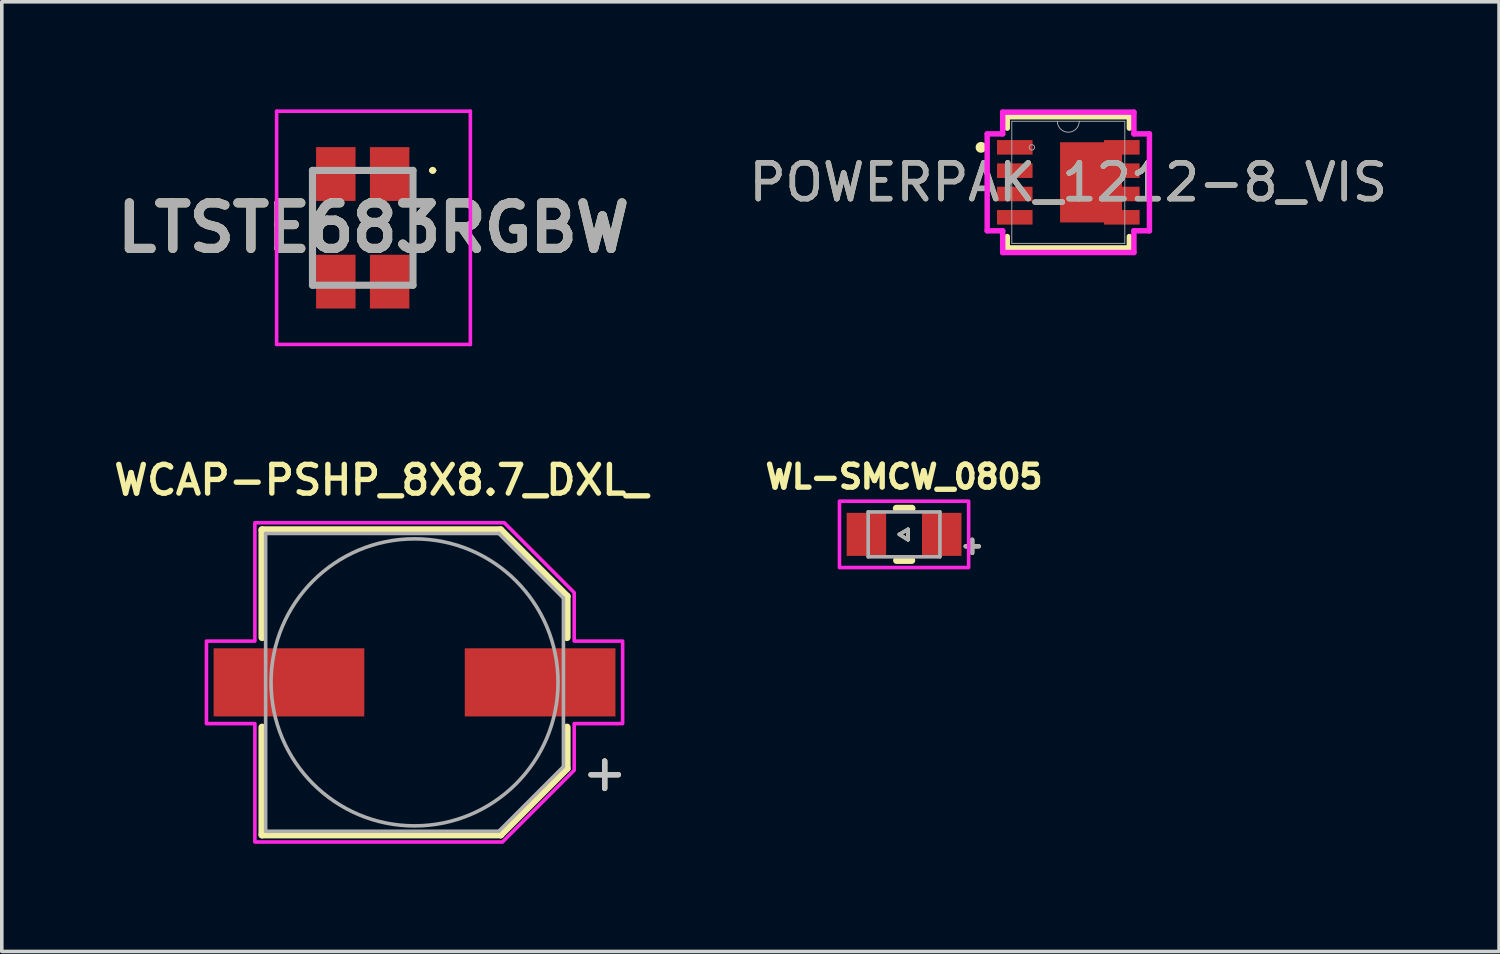
<source format=kicad_pcb>
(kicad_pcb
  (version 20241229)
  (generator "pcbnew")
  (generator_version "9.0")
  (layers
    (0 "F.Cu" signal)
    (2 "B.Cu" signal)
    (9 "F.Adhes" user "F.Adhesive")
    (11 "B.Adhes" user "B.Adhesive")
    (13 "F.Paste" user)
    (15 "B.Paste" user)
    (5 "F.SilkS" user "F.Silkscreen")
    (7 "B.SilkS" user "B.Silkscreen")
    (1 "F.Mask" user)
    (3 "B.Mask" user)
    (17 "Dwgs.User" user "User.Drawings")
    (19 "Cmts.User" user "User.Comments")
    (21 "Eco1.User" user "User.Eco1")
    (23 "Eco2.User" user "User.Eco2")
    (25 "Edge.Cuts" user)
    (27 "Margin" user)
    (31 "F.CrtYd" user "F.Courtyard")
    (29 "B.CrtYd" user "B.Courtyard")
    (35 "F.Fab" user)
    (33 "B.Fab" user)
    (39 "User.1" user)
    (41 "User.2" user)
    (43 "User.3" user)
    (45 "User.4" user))
  (footprint "WCAP-PSHP_8X8.7_DXL_"
    (layer "F.Cu")
    (at 8.504 15.969)
    (property "Reference" "WCAP-PSHP_8X8.7_DXL_" (at -0.93 -5.638 0) (layer "F.SilkS") (effects (font (size 0.8 0.8) (thickness 0.15))))
    (attr smd)
    (fp_line (start -4.25 -4.25) (end -4.25 -1.25) (stroke (width 0.2) (type solid)) (layer "F.SilkS"))
    (fp_line (start -4.25 -4.25) (end 2.4 -4.25) (stroke (width 0.2) (type solid)) (layer "F.SilkS"))
    (fp_line (start -4.25 4.25) (end -4.25 1.25) (stroke (width 0.2) (type solid)) (layer "F.SilkS"))
    (fp_line (start -4.25 4.25) (end 2.4 4.25) (stroke (width 0.2) (type solid)) (layer "F.SilkS"))
    (fp_line (start 2.4 -4.25) (end 4.25 -2.4) (stroke (width 0.2) (type solid)) (layer "F.SilkS"))
    (fp_line (start 2.4 4.25) (end 4.25 2.4) (stroke (width 0.2) (type solid)) (layer "F.SilkS"))
    (fp_line (start 4.25 -2.4) (end 4.25 -1.25) (stroke (width 0.2) (type solid)) (layer "F.SilkS"))
    (fp_line (start 4.25 2.4) (end 4.25 1.25) (stroke (width 0.2) (type solid)) (layer "F.SilkS"))
    (fp_poly (pts (xy -4.45 -4.45) (xy -4.45 -1.15) (xy -5.8 -1.15) (xy -5.8 1.15) (xy -4.45 1.15) (xy -4.45 4.45) (xy 2.45 4.45) (xy 4.45 2.45) (xy 4.45 1.15) (xy 5.8 1.15) (xy 5.8 -1.15) (xy 4.45 -1.15) (xy 4.45 -2.5) (xy 2.5 -4.45)) (stroke (width 0.1) (type solid)) (fill no) (layer "F.CrtYd"))
    (fp_line (start -4.15 -4.15) (end -4.15 4.15) (stroke (width 0.1) (type solid)) (layer "F.Fab"))
    (fp_line (start -4.15 4.15) (end 2.35 4.15) (stroke (width 0.1) (type solid)) (layer "F.Fab"))
    (fp_line (start 2.35 -4.15) (end -4.15 -4.15) (stroke (width 0.1) (type solid)) (layer "F.Fab"))
    (fp_line (start 2.35 4.15) (end 4.15 2.35) (stroke (width 0.1) (type solid)) (layer "F.Fab"))
    (fp_line (start 4.15 -2.35) (end 2.35 -4.15) (stroke (width 0.1) (type solid)) (layer "F.Fab"))
    (fp_line (start 4.15 2.35) (end 4.15 -2.35) (stroke (width 0.1) (type solid)) (layer "F.Fab"))
    (fp_circle (center 0 0) (end 4 0) (stroke (width 0.1) (type solid)) (fill no) (layer "F.Fab"))
    (fp_text user "+" (at 5.3 2.5 0) (layer "F.SilkS") (effects (font (size 1 1) (thickness 0.15))))
    (fp_text user "+" (at 5.3 2.5 0) (layer "Dwgs.User") (effects (font (size 1 1) (thickness 0.15))))
    (pad "1" smd rect (at 3.5 0) (size 4.2 1.9) (layers "F.Cu" "F.Mask" "F.Paste"))
    (pad "2" smd rect (at -3.5 0) (size 4.2 1.9) (layers "F.Cu" "F.Mask" "F.Paste")))
  (footprint "LTSTE683RGBW"
    (layer "F.Cu")
    (at 7.06 3.3)
    (property "Reference" "LTSTE683RGBW" (at 0.3 0 0) (layer "F.SilkS") (effects (font (size 1.27 1.27) (thickness 0.254))))
    (attr smd)
    (fp_line (start 1.9 -1.6) (end 1.9 -1.6) (stroke (width 0.1) (type solid)) (layer "F.SilkS"))
    (fp_line (start 2 -1.6) (end 2 -1.6) (stroke (width 0.1) (type solid)) (layer "F.SilkS"))
    (fp_arc (start 1.9 -1.6) (mid 1.95 -1.65) (end 2 -1.6) (stroke (width 0.1) (type solid)) (layer "F.SilkS"))
    (fp_arc (start 2 -1.6) (mid 1.95 -1.55) (end 1.9 -1.6) (stroke (width 0.1) (type solid)) (layer "F.SilkS"))
    (fp_line (start -2.4 -3.25) (end 3 -3.25) (stroke (width 0.1) (type solid)) (layer "F.CrtYd"))
    (fp_line (start -2.4 3.25) (end -2.4 -3.25) (stroke (width 0.1) (type solid)) (layer "F.CrtYd"))
    (fp_line (start 3 -3.25) (end 3 3.25) (stroke (width 0.1) (type solid)) (layer "F.CrtYd"))
    (fp_line (start 3 3.25) (end -2.4 3.25) (stroke (width 0.1) (type solid)) (layer "F.CrtYd"))
    (fp_line (start -1.4 -1.6) (end 1.4 -1.6) (stroke (width 0.2) (type solid)) (layer "F.Fab"))
    (fp_line (start -1.4 1.6) (end -1.4 -1.6) (stroke (width 0.2) (type solid)) (layer "F.Fab"))
    (fp_line (start 1.4 -1.6) (end 1.4 1.6) (stroke (width 0.2) (type solid)) (layer "F.Fab"))
    (fp_line (start 1.4 1.6) (end -1.4 1.6) (stroke (width 0.2) (type solid)) (layer "F.Fab"))
    (fp_text user "${REFERENCE}" (at 0.3 0 0) (layer "F.Fab") (effects (font (size 1.27 1.27) (thickness 0.254))))
    (pad "1" smd rect (at 0.75 -1.5) (size 1.1 1.5) (layers "F.Cu" "F.Mask" "F.Paste"))
    (pad "2" smd rect (at 0.75 1.5) (size 1.1 1.5) (layers "F.Cu" "F.Mask" "F.Paste"))
    (pad "3" smd rect (at -0.75 1.5) (size 1.1 1.5) (layers "F.Cu" "F.Mask" "F.Paste"))
    (pad "4" smd rect (at -0.75 -1.5) (size 1.1 1.5) (layers "F.Cu" "F.Mask" "F.Paste")))
  (footprint "WL-SMCW_0805"
    (layer "F.Cu")
    (at 22.148 11.844)
    (property "Reference" "WL-SMCW_0805" (at 0 -1.606 0) (layer "F.SilkS") (effects (font (size 0.64 0.64) (thickness 0.15))))
    (attr smd)
    (fp_line (start -0.213 -0.725) (end 0.219 -0.725) (stroke (width 0.2) (type solid)) (layer "F.SilkS"))
    (fp_line (start -0.206 0.725) (end 0.212 0.725) (stroke (width 0.2) (type solid)) (layer "F.SilkS"))
    (fp_line (start -0.13 0) (end 0.11 -0.14) (stroke (width 0.1) (type solid)) (layer "F.SilkS"))
    (fp_line (start 0.11 -0.14) (end 0.11 0.15) (stroke (width 0.1) (type solid)) (layer "F.SilkS"))
    (fp_line (start 0.11 0.15) (end -0.13 0) (stroke (width 0.1) (type solid)) (layer "F.SilkS"))
    (fp_poly (pts (xy -1.8 -0.925) (xy 1.8 -0.925) (xy 1.8 0.925) (xy -1.8 0.925)) (stroke (width 0.1) (type solid)) (fill no) (layer "F.CrtYd"))
    (fp_line (start -1 -0.625) (end 1 -0.625) (stroke (width 0.1) (type solid)) (layer "F.Fab"))
    (fp_line (start -1 0.625) (end -1 -0.625) (stroke (width 0.1) (type solid)) (layer "F.Fab"))
    (fp_line (start -1 0.625) (end 1 0.625) (stroke (width 0.1) (type solid)) (layer "F.Fab"))
    (fp_line (start -0.13 0) (end 0.11 -0.14) (stroke (width 0.1) (type solid)) (layer "F.Fab"))
    (fp_line (start 0.11 -0.14) (end 0.11 0.15) (stroke (width 0.1) (type solid)) (layer "F.Fab"))
    (fp_line (start 0.11 0.15) (end -0.13 0) (stroke (width 0.1) (type solid)) (layer "F.Fab"))
    (fp_line (start 1 -0.625) (end 1 0.625) (stroke (width 0.1) (type solid)) (layer "F.Fab"))
    (fp_text user "+" (at 1.9 0.3 0) (layer "F.SilkS") (effects (font (size 0.48 0.48) (thickness 0.15))))
    (fp_text user "+" (at 1.9 0.3 0) (layer "F.Fab") (effects (font (size 0.48 0.48) (thickness 0.15))))
    (pad "1" smd rect (at -1.05 0) (size 1.1 1.2) (layers "F.Cu" "F.Mask" "F.Paste"))
    (pad "2" smd rect (at 1.05 0) (size 1.1 1.2) (layers "F.Cu" "F.Mask" "F.Paste")))
  (footprint "POWERPAK_1212-8_VIS"
    (layer "F.Cu")
    (at 26.726 2.032)
    (property "Reference" "POWERPAK_1212-8_VIS" (at 0 0 0) (unlocked yes) (layer "F.SilkS") (effects (font (size 1 1) (thickness 0.15))))
    (attr smd)
    (fp_poly (pts (xy 1.499 -1.118) (xy -0.229 -1.118) (xy -0.229 1.118) (xy 1.499 1.118)) (stroke (width 0) (type solid)) (fill yes) (layer "F.Cu"))
    (fp_poly (pts (xy 1.499 -1.118) (xy -0.229 -1.118) (xy -0.229 1.118) (xy 1.499 1.118)) (stroke (width 0) (type solid)) (fill yes) (layer "F.Mask"))
    (fp_line (start -1.702 -1.829) (end -1.702 -1.511) (stroke (width 0.152) (type solid)) (layer "F.SilkS"))
    (fp_line (start -1.702 1.511) (end -1.702 1.829) (stroke (width 0.152) (type solid)) (layer "F.SilkS"))
    (fp_line (start -1.702 1.829) (end 1.702 1.829) (stroke (width 0.152) (type solid)) (layer "F.SilkS"))
    (fp_line (start 1.702 -1.829) (end -1.702 -1.829) (stroke (width 0.152) (type solid)) (layer "F.SilkS"))
    (fp_line (start 1.702 -1.511) (end 1.702 -1.829) (stroke (width 0.152) (type solid)) (layer "F.SilkS"))
    (fp_line (start 1.702 1.829) (end 1.702 1.511) (stroke (width 0.152) (type solid)) (layer "F.SilkS"))
    (fp_circle (center -2.433 -0.975) (end -2.357 -0.975) (stroke (width 0.152) (type solid)) (fill no) (layer "F.SilkS"))
    (fp_poly (pts (xy -1.988 -1.178) (xy -1.988 -0.772) (xy -0.997 -0.772) (xy -0.997 -1.178)) (stroke (width 0) (type solid)) (fill yes) (layer "F.Paste"))
    (fp_poly (pts (xy -1.988 -0.528) (xy -1.988 -0.122) (xy -0.997 -0.122) (xy -0.997 -0.528)) (stroke (width 0) (type solid)) (fill yes) (layer "F.Paste"))
    (fp_poly (pts (xy -1.988 0.122) (xy -1.988 0.528) (xy -0.997 0.528) (xy -0.997 0.122)) (stroke (width 0) (type solid)) (fill yes) (layer "F.Paste"))
    (fp_poly (pts (xy -1.988 0.772) (xy -1.988 1.178) (xy -0.997 1.178) (xy -0.997 0.772)) (stroke (width 0) (type solid)) (fill yes) (layer "F.Paste"))
    (fp_poly (pts (xy 0.997 -1.178) (xy 0.997 -0.772) (xy 1.988 -0.772) (xy 1.988 -1.178)) (stroke (width 0) (type solid)) (fill yes) (layer "F.Paste"))
    (fp_poly (pts (xy 0.997 -0.528) (xy 0.997 -0.122) (xy 1.988 -0.122) (xy 1.988 -0.528)) (stroke (width 0) (type solid)) (fill yes) (layer "F.Paste"))
    (fp_poly (pts (xy 0.997 0.122) (xy 0.997 0.528) (xy 1.988 0.528) (xy 1.988 0.122)) (stroke (width 0) (type solid)) (fill yes) (layer "F.Paste"))
    (fp_poly (pts (xy 0.997 0.772) (xy 0.997 1.178) (xy 1.988 1.178) (xy 1.988 0.772)) (stroke (width 0) (type solid)) (fill yes) (layer "F.Paste"))
    (fp_line (start -2.261 -1.351) (end -1.829 -1.351) (stroke (width 0.152) (type solid)) (layer "F.CrtYd"))
    (fp_line (start -2.261 1.351) (end -2.261 -1.351) (stroke (width 0.152) (type solid)) (layer "F.CrtYd"))
    (fp_line (start -2.261 1.351) (end -1.829 1.351) (stroke (width 0.152) (type solid)) (layer "F.CrtYd"))
    (fp_line (start -1.829 -1.956) (end 1.829 -1.956) (stroke (width 0.152) (type solid)) (layer "F.CrtYd"))
    (fp_line (start -1.829 -1.351) (end -1.829 -1.956) (stroke (width 0.152) (type solid)) (layer "F.CrtYd"))
    (fp_line (start -1.829 1.956) (end -1.829 1.351) (stroke (width 0.152) (type solid)) (layer "F.CrtYd"))
    (fp_line (start 1.829 -1.956) (end 1.829 -1.351) (stroke (width 0.152) (type solid)) (layer "F.CrtYd"))
    (fp_line (start 1.829 1.351) (end 1.829 1.956) (stroke (width 0.152) (type solid)) (layer "F.CrtYd"))
    (fp_line (start 1.829 1.956) (end -1.829 1.956) (stroke (width 0.152) (type solid)) (layer "F.CrtYd"))
    (fp_line (start 2.261 -1.351) (end 1.829 -1.351) (stroke (width 0.152) (type solid)) (layer "F.CrtYd"))
    (fp_line (start 2.261 -1.351) (end 2.261 1.351) (stroke (width 0.152) (type solid)) (layer "F.CrtYd"))
    (fp_line (start 2.261 1.351) (end 1.829 1.351) (stroke (width 0.152) (type solid)) (layer "F.CrtYd"))
    (fp_line (start -1.575 -1.702) (end -1.575 1.702) (stroke (width 0.025) (type solid)) (layer "F.Fab"))
    (fp_line (start -1.575 1.702) (end 1.575 1.702) (stroke (width 0.025) (type solid)) (layer "F.Fab"))
    (fp_line (start 1.575 -1.702) (end -1.575 -1.702) (stroke (width 0.025) (type solid)) (layer "F.Fab"))
    (fp_line (start 1.575 1.702) (end 1.575 -1.702) (stroke (width 0.025) (type solid)) (layer "F.Fab"))
    (fp_arc (start 0.3048 -1.7018) (mid 0 -1.397) (end -0.3048 -1.7018) (stroke (width 0.0254) (type solid)) (layer "F.Fab"))
    (fp_circle (center -1.016 -0.975) (end -0.94 -0.975) (stroke (width 0.025) (type solid)) (fill no) (layer "F.Fab"))
    (fp_text user "${REFERENCE}" (at 0 0 0) (unlocked yes) (layer "F.Fab") (effects (font (size 1 1) (thickness 0.15))))
    (pad "1" smd rect (at -1.492 -0.975) (size 0.991 0.406) (layers "F.Cu" "F.Mask"))
    (pad "2" smd rect (at -1.492 -0.325) (size 0.991 0.406) (layers "F.Cu" "F.Mask"))
    (pad "3" smd rect (at -1.492 0.325) (size 0.991 0.406) (layers "F.Cu" "F.Mask"))
    (pad "4" smd rect (at -1.492 0.975) (size 0.991 0.406) (layers "F.Cu" "F.Mask"))
    (pad "5" smd rect (at 1.492 0.975) (size 0.991 0.406) (layers "F.Cu" "F.Mask"))
    (pad "6" smd rect (at 1.492 0.325) (size 0.991 0.406) (layers "F.Cu" "F.Mask"))
    (pad "7" smd rect (at 1.492 -0.325) (size 0.991 0.406) (layers "F.Cu" "F.Mask"))
    (pad "8" smd rect (at 1.492 -0.975) (size 0.991 0.406) (layers "F.Cu" "F.Mask")))
  (gr_rect
    (start -3 -3)
    (end 38.732 23.469)
    (stroke (width 0.1) (type default))
    (fill no)
    (layer "Edge.Cuts")))
</source>
